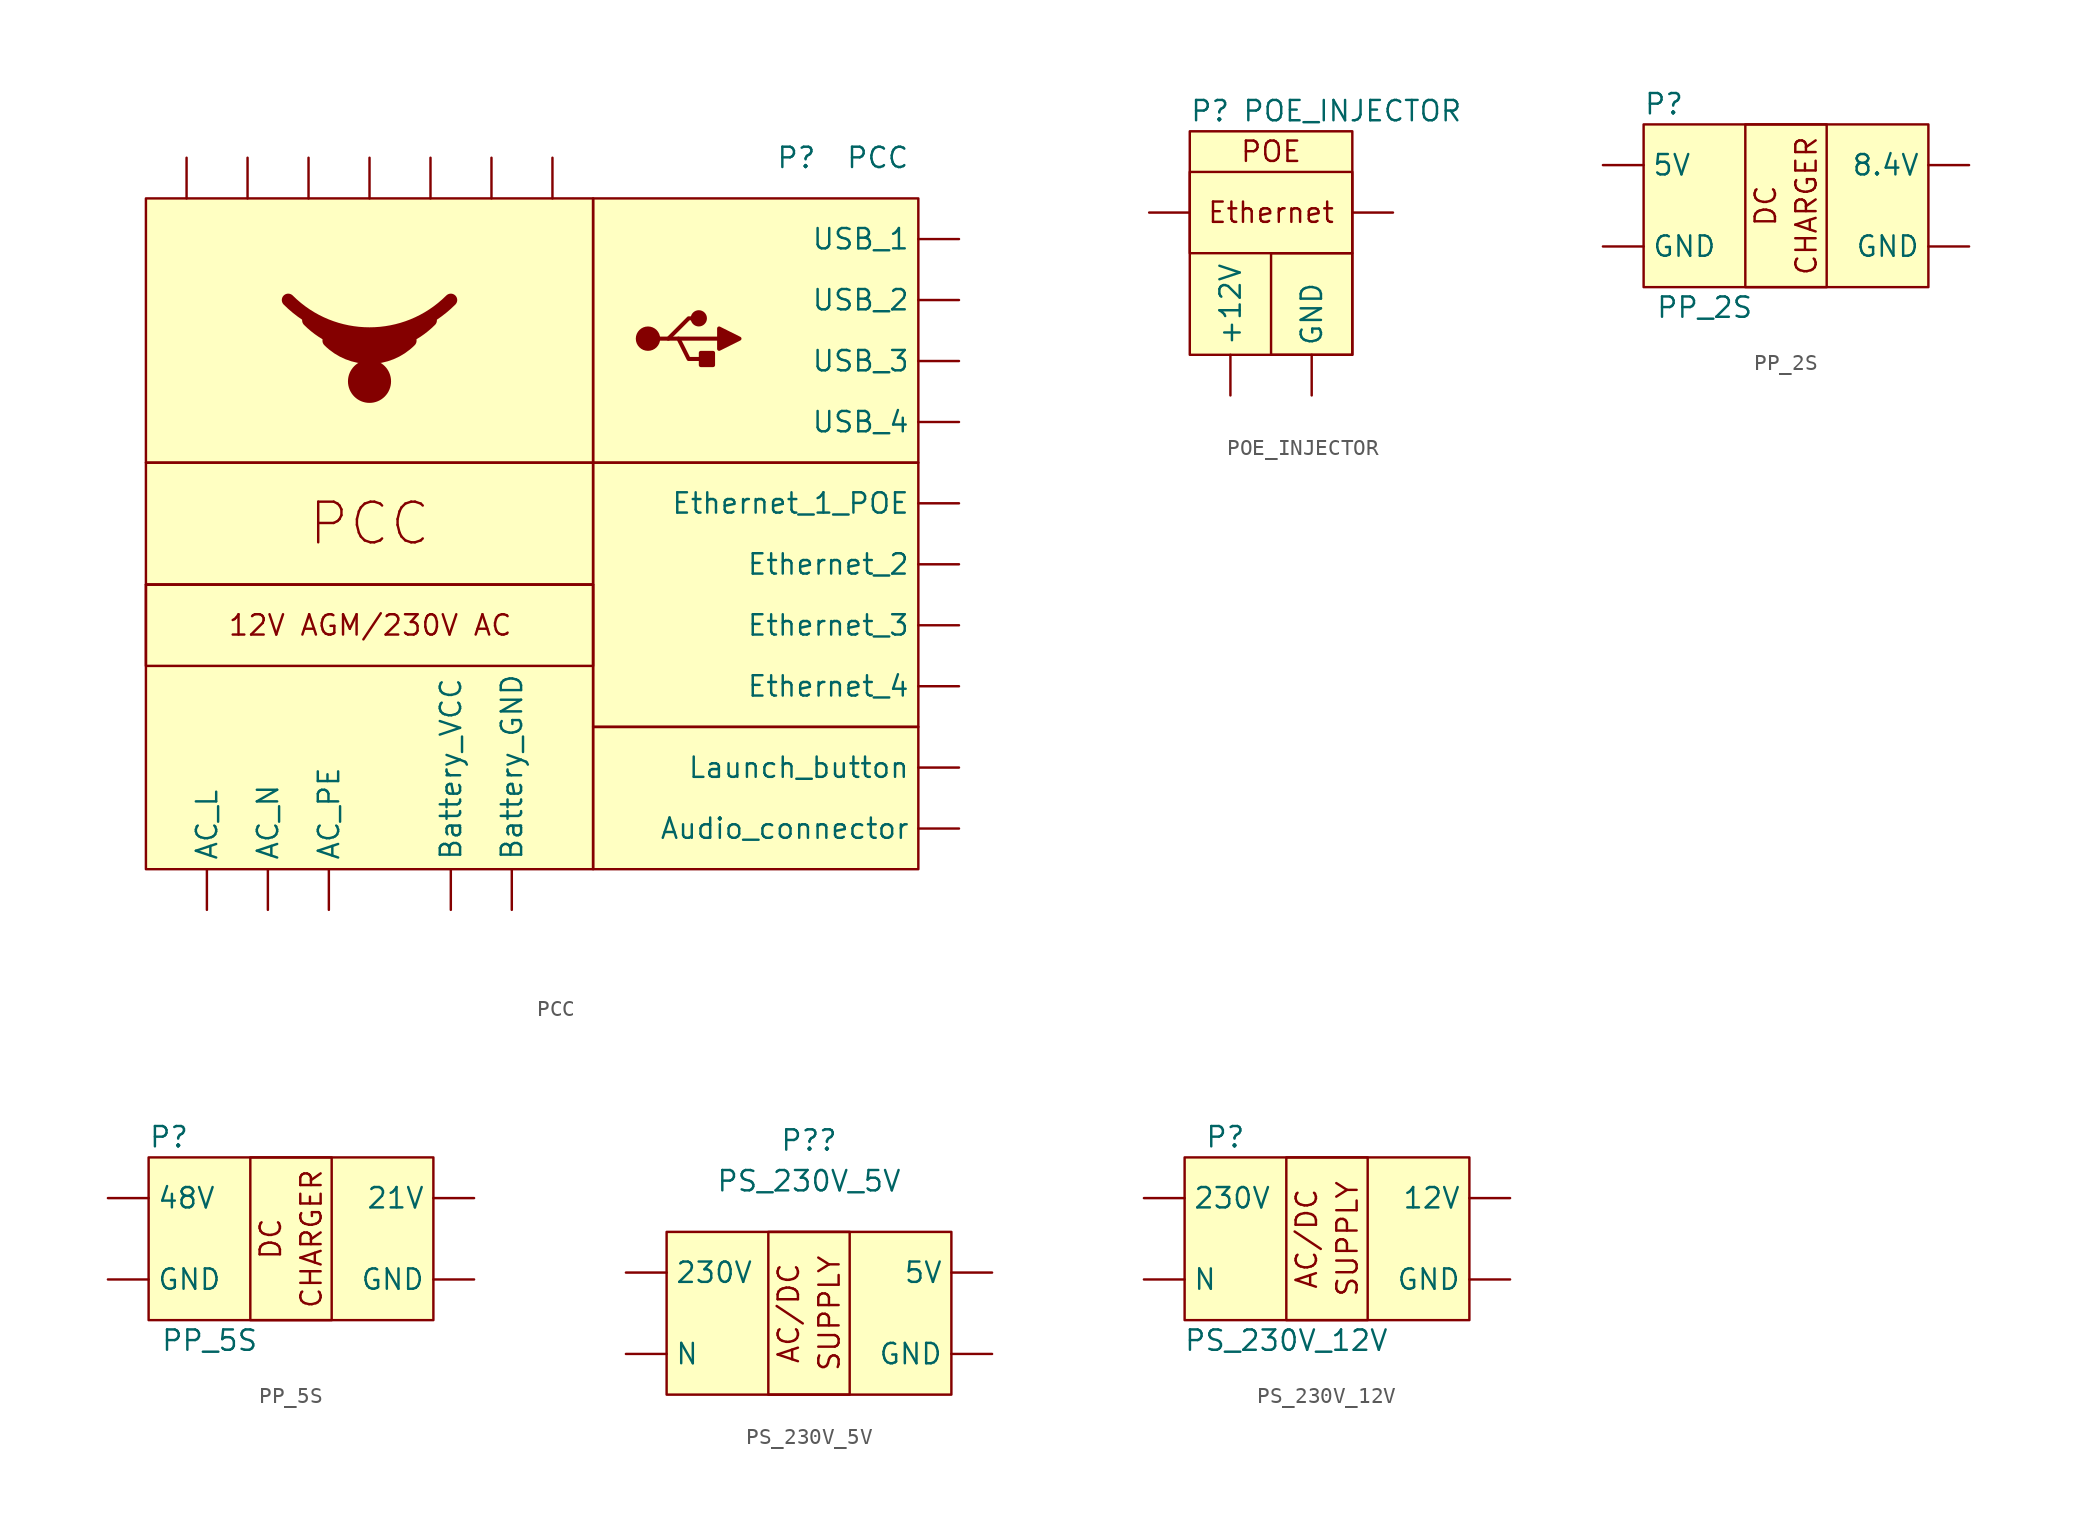
<source format=kicad_sym>
(kicad_symbol_lib
  (version 20211014)
  (generator kicad_symbol_editor)
  (symbol "PCC"
    (property "Reference" "P"
      (at 15.24 24.13 0)
      (effects (font (size 1.27 1.27))))
    (property "Value" "PCC"
      (at 20.32 24.13 0)
      (effects (font (size 1.27 1.27))))
    (symbol "PCC_0_0"
      (rectangle (start -25.4 -2.54) (end 2.54 -20.32) (stroke (width 0) (type default) (color 0 0 0 0)) (fill (type background)))
      (rectangle (start -25.4 21.59) (end 2.54 5.08) (stroke (width 0) (type default) (color 0 0 0 0)) (fill (type background)))
      (arc (start -16.51 15.24) (mid -11.43 2.9758) (end -6.35 15.24) (stroke (width 0.8) (type default) (color 0 0 0 0)) (fill (type none)))
      (arc (start -15.24 13.9701) (mid -11.43 4.7718) (end -7.62 13.9701) (stroke (width 0.8) (type default) (color 0 0 0 0)) (fill (type none)))
      (arc (start -13.97 12.7) (mid -11.43 6.5679) (end -8.89 12.7) (stroke (width 0.8) (type default) (color 0 0 0 0)) (fill (type none)))
      (circle (center -11.43 10.16) (radius 1.27) (stroke (width 0) (type default) (color 0 0 0 0)) (fill (type outline)))
      (rectangle (start 2.54 -11.43) (end 22.86 -20.32) (stroke (width 0) (type default) (color 0 0 0 0)) (fill (type background)))
      (text "12V AGM/230V AC" (at -20.32 -5.08 0) (effects (font (size 1.27 1.27)) (justify left)))
      (text "PCC" (at -11.43 1.27 0) (effects (font (size 2.54 2.54)))))
    (symbol "PCC_0_1"
      (rectangle (start -25.4 -2.54) (end 2.54 -7.62) (stroke (width 0) (type default) (color 0 0 0 0)) (fill (type background)))
      (rectangle (start -25.4 5.08) (end 2.54 -2.54) (stroke (width 0) (type default) (color 0 0 0 0)) (fill (type background)))
      (polyline (pts (xy 7.874 12.827) (xy 10.414 12.827)) (stroke (width 0.254) (type default) (color 0 0 0 0)) (fill (type none)))
      (polyline (pts (xy 6.604 12.827) (xy 7.239 12.827) (xy 8.509 14.097) (xy 9.144 14.097)) (stroke (width 0.254) (type default) (color 0 0 0 0)) (fill (type none)))
      (polyline (pts (xy 7.239 12.827) (xy 7.874 12.827) (xy 8.509 11.557) (xy 9.779 11.557)) (stroke (width 0.254) (type default) (color 0 0 0 0)) (fill (type none)))
      (polyline (pts (xy 10.414 13.462) (xy 10.414 12.192) (xy 11.684 12.827) (xy 10.414 13.462)) (stroke (width 0.254) (type default) (color 0 0 0 0)) (fill (type outline)))
      (rectangle (start 2.54 5.08) (end 22.86 -11.43) (stroke (width 0) (type default) (color 0 0 0 0)) (fill (type background)))
      (rectangle (start 2.54 21.59) (end 22.86 5.08) (stroke (width 0) (type default) (color 0 0 0 0)) (fill (type background)))
      (circle (center 5.969 12.827) (radius 0.635) (stroke (width 0.254) (type default) (color 0 0 0 0)) (fill (type outline)))
      (circle (center 9.144 14.097) (radius 0.381) (stroke (width 0.254) (type default) (color 0 0 0 0)) (fill (type outline)))
      (rectangle (start 10.033 11.938) (end 9.271 11.176) (stroke (width 0.254) (type default) (color 0 0 0 0)) (fill (type outline))))
    (symbol "PCC_1_1"
      (pin power_in line (at -21.59 -22.86 90) (length 2.54) (name "AC_L" (effects (font (size 1.27 1.27)))) (number "" (effects (font (size 1.27 1.27)))))
      (pin power_in line (at -17.78 -22.86 90) (length 2.54) (name "AC_N" (effects (font (size 1.27 1.27)))) (number "" (effects (font (size 1.27 1.27)))))
      (pin power_in line (at -13.97 -22.86 90) (length 2.54) (name "AC_PE" (effects (font (size 1.27 1.27)))) (number "" (effects (font (size 1.27 1.27)))))
      (pin input line (at 25.4 -17.78 180) (length 2.54) (name "Audio_connector" (effects (font (size 1.27 1.27)))) (number "" (effects (font (size 1.27 1.27)))))
      (pin power_in line (at -2.54 -22.86 90) (length 2.54) (name "Battery_GND" (effects (font (size 1.27 1.27)))) (number "" (effects (font (size 1.27 1.27)))))
      (pin power_in line (at -6.35 -22.86 90) (length 2.54) (name "Battery_VCC" (effects (font (size 1.27 1.27)))) (number "" (effects (font (size 1.27 1.27)))))
      (pin input line (at 25.4 2.54 180) (length 2.54) (name "Ethernet_1_POE" (effects (font (size 1.27 1.27)))) (number "" (effects (font (size 1.27 1.27)))))
      (pin input line (at 25.4 -1.27 180) (length 2.54) (name "Ethernet_2" (effects (font (size 1.27 1.27)))) (number "" (effects (font (size 1.27 1.27)))))
      (pin input line (at 25.4 -5.08 180) (length 2.54) (name "Ethernet_3" (effects (font (size 1.27 1.27)))) (number "" (effects (font (size 1.27 1.27)))))
      (pin input line (at 25.4 -8.89 180) (length 2.54) (name "Ethernet_4" (effects (font (size 1.27 1.27)))) (number "" (effects (font (size 1.27 1.27)))))
      (pin input line (at 25.4 -13.97 180) (length 2.54) (name "Launch_button" (effects (font (size 1.27 1.27)))) (number "" (effects (font (size 1.27 1.27)))))
      (pin input line (at 25.4 19.05 180) (length 2.54) (name "USB_1" (effects (font (size 1.27 1.27)))) (number "" (effects (font (size 1.27 1.27)))))
      (pin input line (at 25.4 15.24 180) (length 2.54) (name "USB_2" (effects (font (size 1.27 1.27)))) (number "" (effects (font (size 1.27 1.27)))))
      (pin input line (at 25.4 11.43 180) (length 2.54) (name "USB_3" (effects (font (size 1.27 1.27)))) (number "" (effects (font (size 1.27 1.27)))))
      (pin input line (at 25.4 7.62 180) (length 2.54) (name "USB_4" (effects (font (size 1.27 1.27)))) (number "" (effects (font (size 1.27 1.27)))))
      (pin input line (at -22.86 24.13 270) (length 2.54) (name "~" (effects (font (size 1.27 1.27)))) (number "" (effects (font (size 1.27 1.27)))))
      (pin input line (at -19.05 24.13 270) (length 2.54) (name "~" (effects (font (size 1.27 1.27)))) (number "" (effects (font (size 1.27 1.27)))))
      (pin input line (at -15.24 24.13 270) (length 2.54) (name "~" (effects (font (size 1.27 1.27)))) (number "" (effects (font (size 1.27 1.27)))))
      (pin input line (at -11.43 24.13 270) (length 2.54) (name "~" (effects (font (size 1.27 1.27)))) (number "" (effects (font (size 1.27 1.27)))))
      (pin input line (at -7.62 24.13 270) (length 2.54) (name "~" (effects (font (size 1.27 1.27)))) (number "" (effects (font (size 1.27 1.27)))))
      (pin input line (at -3.81 24.13 270) (length 2.54) (name "~" (effects (font (size 1.27 1.27)))) (number "" (effects (font (size 1.27 1.27)))))
      (pin input line (at 0 24.13 270) (length 2.54) (name "~" (effects (font (size 1.27 1.27)))) (number "" (effects (font (size 1.27 1.27)))))))
  (symbol "POE_INJECTOR"
    (property "Reference" "P"
      (at -3.81 8.89 0)
      (effects (font (size 1.27 1.27))))
    (property "Value" "POE_INJECTOR"
      (at 5.08 8.89 0)
      (effects (font (size 1.27 1.27))))
    (symbol "POE_INJECTOR_0_0"
      (rectangle (start -5.08 7.62) (end 5.08 -6.35) (stroke (width 0) (type default) (color 0 0 0 0)) (fill (type background)))
      (rectangle (start 0 0) (end 5.08 -6.35) (stroke (width 0) (type default) (color 0 0 0 0)) (fill (type none)))
      (text "Ethernet" (at 0 2.54 0) (effects (font (size 1.27 1.27))))
      (text "POE" (at 0 6.35 0) (effects (font (size 1.27 1.27)))))
    (symbol "POE_INJECTOR_0_1"
      (rectangle (start -5.08 5.08) (end 5.08 0) (stroke (width 0) (type default) (color 0 0 0 0)) (fill (type none))))
    (symbol "POE_INJECTOR_1_1"
      (pin output line (at 7.62 2.54 180) (length 2.54) (name "" (effects (font (size 1.27 1.27)))) (number "" (effects (font (size 1.27 1.27)))))
      (pin input line (at -2.54 -8.89 90) (length 2.54) (name "+12V" (effects (font (size 1.27 1.27)))) (number "" (effects (font (size 1.27 1.27)))))
      (pin input line (at 2.54 -8.89 90) (length 2.54) (name "GND" (effects (font (size 1.27 1.27)))) (number "" (effects (font (size 1.27 1.27)))))
      (pin input line (at -7.62 2.54 0) (length 2.54) (name "~" (effects (font (size 1.27 1.27)))) (number "" (effects (font (size 1.27 1.27)))))))
  (symbol "PP_2S"
    (property "Reference" "P"
      (at -7.62 6.35 0)
      (effects (font (size 1.27 1.27))))
    (property "Value" "PP_2S"
      (at -5.08 -6.35 0)
      (effects (font (size 1.27 1.27))))
    (symbol "PP_2S_0_0"
      (rectangle (start -2.54 5.08) (end 2.54 -5.08) (stroke (width 0) (type default) (color 0 0 0 0)) (fill (type none)))
      (text "CHARGER" (at 1.27 0 900) (effects (font (size 1.27 1.27))))
      (text "DC" (at -1.27 0 900) (effects (font (size 1.27 1.27)))))
    (symbol "PP_2S_0_1"
      (rectangle (start -8.89 5.08) (end 8.89 -5.08) (stroke (width 0) (type default) (color 0 0 0 0)) (fill (type background))))
    (symbol "PP_2S_1_1"
      (pin input line (at -11.43 2.54 0) (length 2.54) (name "5V" (effects (font (size 1.27 1.27)))) (number "" (effects (font (size 1.27 1.27)))))
      (pin output line (at 11.43 2.54 180) (length 2.54) (name "8.4V" (effects (font (size 1.27 1.27)))) (number "" (effects (font (size 1.27 1.27)))))
      (pin input line (at -11.43 -2.54 0) (length 2.54) (name "GND" (effects (font (size 1.27 1.27)))) (number "" (effects (font (size 1.27 1.27)))))
      (pin output line (at 11.43 -2.54 180) (length 2.54) (name "GND" (effects (font (size 1.27 1.27)))) (number "" (effects (font (size 1.27 1.27)))))))
  (symbol "PP_5S"
    (property "Reference" "P"
      (at -7.62 6.35 0)
      (effects (font (size 1.27 1.27))))
    (property "Value" "PP_5S"
      (at -5.08 -6.35 0)
      (effects (font (size 1.27 1.27))))
    (symbol "PP_5S_0_0"
      (rectangle (start -2.54 5.08) (end 2.54 -5.08) (stroke (width 0) (type default) (color 0 0 0 0)) (fill (type none)))
      (text "CHARGER" (at 1.27 0 900) (effects (font (size 1.27 1.27))))
      (text "DC" (at -1.27 0 900) (effects (font (size 1.27 1.27)))))
    (symbol "PP_5S_0_1"
      (rectangle (start -8.89 5.08) (end 8.89 -5.08) (stroke (width 0) (type default) (color 0 0 0 0)) (fill (type background))))
    (symbol "PP_5S_1_1"
      (pin output line (at 11.43 2.54 180) (length 2.54) (name "21V" (effects (font (size 1.27 1.27)))) (number "" (effects (font (size 1.27 1.27)))))
      (pin input line (at -11.43 2.54 0) (length 2.54) (name "48V" (effects (font (size 1.27 1.27)))) (number "" (effects (font (size 1.27 1.27)))))
      (pin input line (at -11.43 -2.54 0) (length 2.54) (name "GND" (effects (font (size 1.27 1.27)))) (number "" (effects (font (size 1.27 1.27)))))
      (pin output line (at 11.43 -2.54 180) (length 2.54) (name "GND" (effects (font (size 1.27 1.27)))) (number "" (effects (font (size 1.27 1.27)))))))
  (symbol "PS_230V_5V"
    (property "Reference" "P?"
      (at 0 10.795 0)
      (effects (font (size 1.27 1.27))))
    (property "Value" "PS_230V_5V"
      (at 0 8.255 0)
      (effects (font (size 1.27 1.27))))
    (symbol "PS_230V_5V_0_0"
      (rectangle (start -2.54 5.08) (end 2.54 -5.08) (stroke (width 0) (type default) (color 0 0 0 0)) (fill (type none)))
      (text "AC/DC" (at -1.27 0 900) (effects (font (size 1.27 1.27))))
      (text "SUPPLY" (at 1.27 0 900) (effects (font (size 1.27 1.27)))))
    (symbol "PS_230V_5V_0_1"
      (rectangle (start -8.89 5.08) (end 8.89 -5.08) (stroke (width 0) (type default) (color 0 0 0 0)) (fill (type background))))
    (symbol "PS_230V_5V_1_1"
      (pin input line (at -11.43 2.54 0) (length 2.54) (name "230V" (effects (font (size 1.27 1.27)))) (number "" (effects (font (size 1.27 1.27)))))
      (pin output line (at 11.43 2.54 180) (length 2.54) (name "5V" (effects (font (size 1.27 1.27)))) (number "" (effects (font (size 1.27 1.27)))))
      (pin output line (at 11.43 -2.54 180) (length 2.54) (name "GND" (effects (font (size 1.27 1.27)))) (number "" (effects (font (size 1.27 1.27)))))
      (pin input line (at -11.43 -2.54 0) (length 2.54) (name "N" (effects (font (size 1.27 1.27)))) (number "" (effects (font (size 1.27 1.27)))))))
  (symbol "PS_230V_12V"
    (property "Reference" "P"
      (at -6.35 6.35 0)
      (effects (font (size 1.27 1.27))))
    (property "Value" "PS_230V_12V"
      (at -2.54 -6.35 0)
      (effects (font (size 1.27 1.27))))
    (symbol "PS_230V_12V_0_0"
      (rectangle (start -2.54 5.08) (end 2.54 -5.08) (stroke (width 0) (type default) (color 0 0 0 0)) (fill (type none)))
      (text "AC/DC" (at -1.27 0 900) (effects (font (size 1.27 1.27))))
      (text "SUPPLY" (at 1.27 0 900) (effects (font (size 1.27 1.27)))))
    (symbol "PS_230V_12V_0_1"
      (rectangle (start -8.89 5.08) (end 8.89 -5.08) (stroke (width 0) (type default) (color 0 0 0 0)) (fill (type background))))
    (symbol "PS_230V_12V_1_1"
      (pin output line (at 11.43 2.54 180) (length 2.54) (name "12V" (effects (font (size 1.27 1.27)))) (number "" (effects (font (size 1.27 1.27)))))
      (pin input line (at -11.43 2.54 0) (length 2.54) (name "230V" (effects (font (size 1.27 1.27)))) (number "" (effects (font (size 1.27 1.27)))))
      (pin output line (at 11.43 -2.54 180) (length 2.54) (name "GND" (effects (font (size 1.27 1.27)))) (number "" (effects (font (size 1.27 1.27)))))
      (pin input line (at -11.43 -2.54 0) (length 2.54) (name "N" (effects (font (size 1.27 1.27)))) (number "" (effects (font (size 1.27 1.27))))))))
</source>
